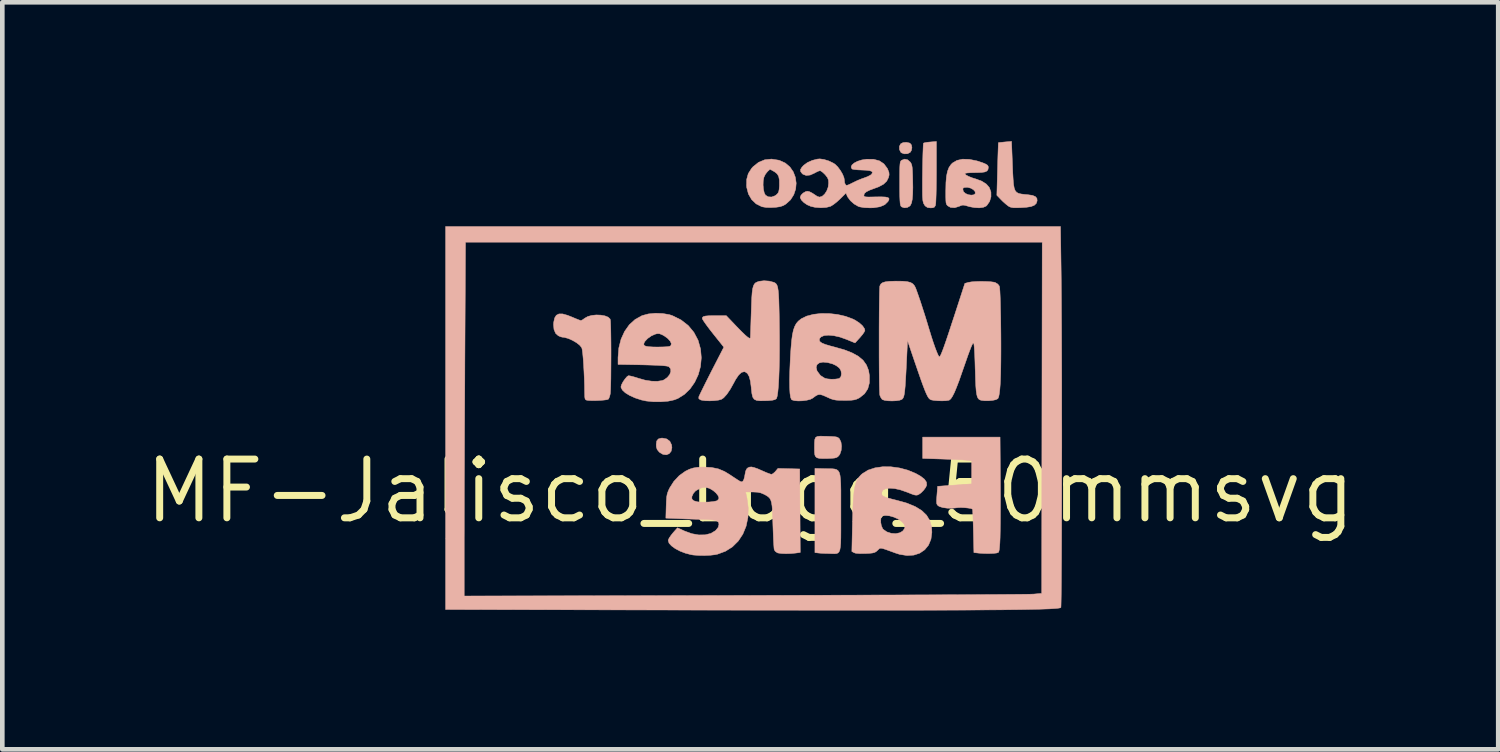
<source format=kicad_pcb>
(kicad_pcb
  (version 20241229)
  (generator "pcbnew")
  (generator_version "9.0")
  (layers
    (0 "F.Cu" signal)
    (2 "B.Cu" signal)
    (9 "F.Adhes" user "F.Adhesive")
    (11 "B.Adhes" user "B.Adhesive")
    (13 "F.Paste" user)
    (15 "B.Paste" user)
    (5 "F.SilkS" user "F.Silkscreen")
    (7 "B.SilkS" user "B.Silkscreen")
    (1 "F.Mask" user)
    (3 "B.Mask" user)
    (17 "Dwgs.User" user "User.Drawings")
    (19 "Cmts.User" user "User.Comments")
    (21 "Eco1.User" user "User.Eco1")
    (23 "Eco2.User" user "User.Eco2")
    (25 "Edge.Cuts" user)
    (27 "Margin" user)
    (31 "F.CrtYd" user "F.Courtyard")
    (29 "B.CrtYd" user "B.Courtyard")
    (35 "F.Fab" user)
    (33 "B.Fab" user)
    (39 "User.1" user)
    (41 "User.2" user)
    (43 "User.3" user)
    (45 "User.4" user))
  (footprint "MF-Jalisco_Logo_50mmsvg"
    (layer "F.Cu")
    (at 13.161 7.559)
    (property "Reference" "MF-Jalisco_Logo_50mmsvg" (at 0 0 0) (layer "F.SilkS") (effects (font (size 1.27 1.27) (thickness 0.15))))
    (attr through_hole)
    (fp_poly (pts (xy 3.44 -7.519) (xy 3.452 -7.513) (xy 3.483 -7.476) (xy 3.493 -7.418) (xy 3.481 -7.358) (xy 3.454 -7.316) (xy 3.396 -7.287) (xy 3.327 -7.285) (xy 3.267 -7.307) (xy 3.252 -7.32) (xy 3.223 -7.379) (xy 3.222 -7.446) (xy 3.25 -7.501) (xy 3.251 -7.502) (xy 3.302 -7.528) (xy 3.372 -7.534) (xy 3.44 -7.519)) (stroke (width 0.01) (type solid)) (fill yes) (layer "B.SilkS"))
    (fp_poly (pts (xy -1.805 -1.125) (xy -1.738 -1.075) (xy -1.7 -0.996) (xy -1.693 -0.935) (xy -1.71 -0.858) (xy -1.753 -0.806) (xy -1.814 -0.782) (xy -1.885 -0.791) (xy -1.957 -0.833) (xy -1.97 -0.845) (xy -2.012 -0.897) (xy -2.029 -0.953) (xy -2.032 -1.003) (xy -2.022 -1.08) (xy -1.987 -1.124) (xy -1.924 -1.142) (xy -1.897 -1.143) (xy -1.805 -1.125)) (stroke (width 0.01) (type solid)) (fill yes) (layer "B.SilkS"))
    (fp_poly (pts (xy 1.605 -1.183) (xy 1.653 -1.182) (xy 1.757 -1.178) (xy 1.827 -1.173) (xy 1.872 -1.165) (xy 1.901 -1.151) (xy 1.923 -1.131) (xy 1.928 -1.125) (xy 1.96 -1.057) (xy 1.972 -0.969) (xy 1.964 -0.877) (xy 1.937 -0.797) (xy 1.917 -0.768) (xy 1.891 -0.74) (xy 1.862 -0.723) (xy 1.821 -0.712) (xy 1.758 -0.706) (xy 1.669 -0.702) (xy 1.565 -0.701) (xy 1.494 -0.705) (xy 1.449 -0.716) (xy 1.429 -0.727) (xy 1.408 -0.749) (xy 1.395 -0.78) (xy 1.389 -0.832) (xy 1.387 -0.915) (xy 1.387 -0.935) (xy 1.388 -1.041) (xy 1.394 -1.112) (xy 1.411 -1.156) (xy 1.448 -1.178) (xy 1.51 -1.185) (xy 1.605 -1.183)) (stroke (width 0.01) (type solid)) (fill yes) (layer "B.SilkS"))
    (fp_poly (pts (xy 1.633 -0.482) (xy 1.71 -0.481) (xy 1.775 -0.48) (xy 1.827 -0.474) (xy 1.868 -0.461) (xy 1.899 -0.437) (xy 1.923 -0.398) (xy 1.939 -0.34) (xy 1.949 -0.26) (xy 1.955 -0.154) (xy 1.958 -0.018) (xy 1.958 0.151) (xy 1.958 0.357) (xy 1.958 0.469) (xy 1.958 0.687) (xy 1.958 0.866) (xy 1.957 1.01) (xy 1.954 1.123) (xy 1.947 1.208) (xy 1.936 1.27) (xy 1.919 1.312) (xy 1.896 1.338) (xy 1.866 1.351) (xy 1.826 1.355) (xy 1.777 1.354) (xy 1.717 1.352) (xy 1.705 1.351) (xy 1.614 1.349) (xy 1.531 1.345) (xy 1.472 1.34) (xy 1.466 1.339) (xy 1.397 1.331) (xy 1.397 -0.488) (xy 1.633 -0.482)) (stroke (width 0.01) (type solid)) (fill yes) (layer "B.SilkS"))
    (fp_poly (pts (xy 3.401 -7.156) (xy 3.458 -7.106) (xy 3.476 -7.077) (xy 3.489 -7.043) (xy 3.498 -6.995) (xy 3.504 -6.925) (xy 3.508 -6.826) (xy 3.51 -6.74) (xy 3.513 -6.559) (xy 3.51 -6.417) (xy 3.501 -6.308) (xy 3.486 -6.23) (xy 3.463 -6.177) (xy 3.448 -6.158) (xy 3.393 -6.126) (xy 3.329 -6.119) (xy 3.273 -6.138) (xy 3.257 -6.152) (xy 3.247 -6.174) (xy 3.239 -6.213) (xy 3.234 -6.277) (xy 3.23 -6.368) (xy 3.228 -6.492) (xy 3.228 -6.651) (xy 3.228 -6.803) (xy 3.229 -6.919) (xy 3.231 -7.003) (xy 3.235 -7.061) (xy 3.241 -7.1) (xy 3.249 -7.124) (xy 3.261 -7.139) (xy 3.27 -7.146) (xy 3.335 -7.171) (xy 3.401 -7.156)) (stroke (width 0.01) (type solid)) (fill yes) (layer "B.SilkS"))
    (fp_poly (pts (xy 4.022 -6.889) (xy 4.021 -6.713) (xy 4.019 -6.554) (xy 4.016 -6.415) (xy 4.012 -6.303) (xy 4.008 -6.222) (xy 4.002 -6.177) (xy 4.001 -6.171) (xy 3.98 -6.135) (xy 3.944 -6.12) (xy 3.897 -6.117) (xy 3.83 -6.125) (xy 3.784 -6.156) (xy 3.769 -6.173) (xy 3.745 -6.214) (xy 3.73 -6.269) (xy 3.723 -6.348) (xy 3.721 -6.39) (xy 3.72 -6.488) (xy 3.72 -6.607) (xy 3.72 -6.74) (xy 3.722 -6.88) (xy 3.724 -7.02) (xy 3.727 -7.155) (xy 3.73 -7.278) (xy 3.734 -7.381) (xy 3.737 -7.46) (xy 3.741 -7.507) (xy 3.744 -7.517) (xy 3.77 -7.525) (xy 3.826 -7.535) (xy 3.889 -7.541) (xy 4.022 -7.552) (xy 4.022 -6.889)) (stroke (width 0.01) (type solid)) (fill yes) (layer "B.SilkS"))
    (fp_poly (pts (xy 5.665 -7.05) (xy 5.672 -6.872) (xy 5.68 -6.732) (xy 5.689 -6.625) (xy 5.703 -6.546) (xy 5.724 -6.49) (xy 5.755 -6.453) (xy 5.798 -6.43) (xy 5.855 -6.417) (xy 5.929 -6.408) (xy 5.996 -6.402) (xy 6.098 -6.387) (xy 6.162 -6.36) (xy 6.194 -6.32) (xy 6.198 -6.27) (xy 6.18 -6.215) (xy 6.137 -6.174) (xy 6.066 -6.146) (xy 5.962 -6.13) (xy 5.859 -6.123) (xy 5.756 -6.12) (xy 5.686 -6.121) (xy 5.637 -6.129) (xy 5.6 -6.142) (xy 5.577 -6.156) (xy 5.528 -6.194) (xy 5.465 -6.249) (xy 5.421 -6.293) (xy 5.328 -6.39) (xy 5.343 -6.957) (xy 5.347 -7.107) (xy 5.351 -7.243) (xy 5.355 -7.358) (xy 5.358 -7.447) (xy 5.36 -7.505) (xy 5.362 -7.527) (xy 5.362 -7.527) (xy 5.383 -7.53) (xy 5.435 -7.535) (xy 5.505 -7.542) (xy 5.645 -7.554) (xy 5.665 -7.05)) (stroke (width 0.01) (type solid)) (fill yes) (layer "B.SilkS"))
    (fp_poly (pts (xy 0.618 -7.147) (xy 0.631 -7.143) (xy 0.757 -7.086) (xy 0.856 -7.002) (xy 0.929 -6.897) (xy 0.974 -6.779) (xy 0.992 -6.652) (xy 0.981 -6.525) (xy 0.94 -6.403) (xy 0.871 -6.293) (xy 0.771 -6.202) (xy 0.713 -6.167) (xy 0.645 -6.144) (xy 0.551 -6.13) (xy 0.445 -6.124) (xy 0.343 -6.127) (xy 0.259 -6.141) (xy 0.248 -6.144) (xy 0.126 -6.205) (xy 0.029 -6.298) (xy -0.04 -6.418) (xy -0.077 -6.561) (xy -0.079 -6.586) (xy -0.079 -6.611) (xy 0.277 -6.611) (xy 0.285 -6.52) (xy 0.302 -6.442) (xy 0.327 -6.394) (xy 0.386 -6.357) (xy 0.46 -6.352) (xy 0.535 -6.379) (xy 0.565 -6.401) (xy 0.596 -6.432) (xy 0.614 -6.466) (xy 0.624 -6.517) (xy 0.63 -6.596) (xy 0.63 -6.607) (xy 0.629 -6.718) (xy 0.614 -6.797) (xy 0.58 -6.854) (xy 0.523 -6.899) (xy 0.503 -6.91) (xy 0.426 -6.952) (xy 0.372 -6.902) (xy 0.327 -6.845) (xy 0.295 -6.779) (xy 0.295 -6.779) (xy 0.28 -6.702) (xy 0.277 -6.611) (xy -0.079 -6.611) (xy -0.078 -6.732) (xy -0.043 -6.858) (xy 0.028 -6.97) (xy 0.062 -7.008) (xy 0.18 -7.102) (xy 0.314 -7.157) (xy 0.46 -7.172) (xy 0.618 -7.147)) (stroke (width 0.01) (type solid)) (fill yes) (layer "B.SilkS"))
    (fp_poly (pts (xy 5.403 -0.397) (xy 5.405 -0.069) (xy 5.406 0.219) (xy 5.405 0.468) (xy 5.404 0.681) (xy 5.401 0.86) (xy 5.398 1.007) (xy 5.393 1.124) (xy 5.386 1.212) (xy 5.379 1.275) (xy 5.369 1.313) (xy 5.36 1.328) (xy 5.322 1.34) (xy 5.252 1.348) (xy 5.159 1.351) (xy 5.053 1.35) (xy 4.943 1.343) (xy 4.908 1.339) (xy 4.832 1.331) (xy 4.821 0.866) (xy 4.817 0.73) (xy 4.814 0.609) (xy 4.81 0.509) (xy 4.806 0.436) (xy 4.803 0.397) (xy 4.801 0.392) (xy 4.768 0.378) (xy 4.706 0.368) (xy 4.628 0.36) (xy 4.547 0.357) (xy 4.476 0.36) (xy 4.449 0.364) (xy 4.357 0.373) (xy 4.257 0.371) (xy 4.163 0.358) (xy 4.09 0.336) (xy 4.062 0.32) (xy 4.041 0.3) (xy 4.029 0.275) (xy 4.025 0.235) (xy 4.027 0.17) (xy 4.033 0.092) (xy 4.048 -0.101) (xy 4.22 -0.114) (xy 4.327 -0.122) (xy 4.451 -0.13) (xy 4.57 -0.139) (xy 4.588 -0.14) (xy 4.784 -0.154) (xy 4.784 -0.651) (xy 4.694 -0.663) (xy 4.645 -0.668) (xy 4.562 -0.673) (xy 4.453 -0.679) (xy 4.326 -0.684) (xy 4.189 -0.689) (xy 4.165 -0.69) (xy 3.725 -0.704) (xy 3.725 -1.164) (xy 5.397 -1.164) (xy 5.403 -0.397)) (stroke (width 0.01) (type solid)) (fill yes) (layer "B.SilkS"))
    (fp_poly (pts (xy -4.054 -3.826) (xy -3.947 -3.796) (xy -3.849 -3.757) (xy -3.771 -3.724) (xy -3.706 -3.698) (xy -3.666 -3.684) (xy -3.659 -3.683) (xy -3.629 -3.696) (xy -3.584 -3.727) (xy -3.575 -3.734) (xy -3.509 -3.771) (xy -3.423 -3.794) (xy -3.326 -3.804) (xy -3.229 -3.8) (xy -3.14 -3.784) (xy -3.07 -3.756) (xy -3.029 -3.716) (xy -3.025 -3.704) (xy -3.02 -3.667) (xy -3.017 -3.595) (xy -3.014 -3.491) (xy -3.012 -3.364) (xy -3.01 -3.219) (xy -3.009 -3.061) (xy -3.009 -2.898) (xy -3.01 -2.734) (xy -3.011 -2.577) (xy -3.012 -2.432) (xy -3.015 -2.305) (xy -3.018 -2.203) (xy -3.022 -2.131) (xy -3.025 -2.099) (xy -3.041 -2.037) (xy -3.06 -1.992) (xy -3.067 -1.984) (xy -3.097 -1.973) (xy -3.158 -1.965) (xy -3.239 -1.958) (xy -3.328 -1.954) (xy -3.415 -1.953) (xy -3.488 -1.956) (xy -3.53 -1.961) (xy -3.554 -1.97) (xy -3.569 -1.99) (xy -3.576 -2.03) (xy -3.578 -2.101) (xy -3.579 -2.123) (xy -3.581 -2.276) (xy -3.586 -2.432) (xy -3.593 -2.586) (xy -3.601 -2.731) (xy -3.61 -2.861) (xy -3.62 -2.969) (xy -3.63 -3.048) (xy -3.64 -3.092) (xy -3.641 -3.095) (xy -3.683 -3.148) (xy -3.755 -3.205) (xy -3.843 -3.256) (xy -3.936 -3.297) (xy -4.022 -3.32) (xy -4.055 -3.323) (xy -4.096 -3.332) (xy -4.148 -3.355) (xy -4.206 -3.407) (xy -4.241 -3.491) (xy -4.251 -3.598) (xy -4.247 -3.646) (xy -4.227 -3.738) (xy -4.191 -3.797) (xy -4.134 -3.826) (xy -4.054 -3.826)) (stroke (width 0.01) (type solid)) (fill yes) (layer "B.SilkS"))
    (fp_poly (pts (xy 4.732 -7.166) (xy 4.896 -7.133) (xy 5.022 -7.092) (xy 5.091 -7.062) (xy 5.128 -7.038) (xy 5.142 -7.01) (xy 5.144 -6.996) (xy 5.137 -6.948) (xy 5.115 -6.915) (xy 5.069 -6.894) (xy 4.995 -6.883) (xy 4.887 -6.879) (xy 4.856 -6.879) (xy 4.759 -6.877) (xy 4.685 -6.872) (xy 4.643 -6.864) (xy 4.636 -6.859) (xy 4.655 -6.832) (xy 4.711 -6.8) (xy 4.797 -6.766) (xy 4.869 -6.744) (xy 5.003 -6.694) (xy 5.1 -6.632) (xy 5.165 -6.557) (xy 5.2 -6.461) (xy 5.201 -6.356) (xy 5.171 -6.255) (xy 5.112 -6.171) (xy 5.094 -6.155) (xy 5.034 -6.129) (xy 4.947 -6.118) (xy 4.843 -6.124) (xy 4.735 -6.144) (xy 4.706 -6.153) (xy 4.639 -6.172) (xy 4.594 -6.178) (xy 4.555 -6.169) (xy 4.518 -6.153) (xy 4.417 -6.121) (xy 4.329 -6.127) (xy 4.273 -6.158) (xy 4.253 -6.176) (xy 4.239 -6.197) (xy 4.23 -6.229) (xy 4.226 -6.279) (xy 4.224 -6.355) (xy 4.224 -6.464) (xy 4.224 -6.491) (xy 4.225 -6.525) (xy 4.593 -6.525) (xy 4.602 -6.479) (xy 4.609 -6.465) (xy 4.652 -6.427) (xy 4.712 -6.402) (xy 4.776 -6.393) (xy 4.83 -6.4) (xy 4.861 -6.426) (xy 4.862 -6.427) (xy 4.858 -6.469) (xy 4.822 -6.51) (xy 4.766 -6.543) (xy 4.698 -6.561) (xy 4.677 -6.562) (xy 4.621 -6.557) (xy 4.597 -6.542) (xy 4.593 -6.525) (xy 4.225 -6.525) (xy 4.228 -6.664) (xy 4.24 -6.801) (xy 4.262 -6.908) (xy 4.294 -6.991) (xy 4.339 -7.056) (xy 4.37 -7.087) (xy 4.465 -7.143) (xy 4.587 -7.17) (xy 4.732 -7.166)) (stroke (width 0.01) (type solid)) (fill yes) (layer "B.SilkS"))
    (fp_poly (pts (xy -1.893 -3.835) (xy -1.747 -3.81) (xy -1.683 -3.789) (xy -1.497 -3.697) (xy -1.341 -3.576) (xy -1.218 -3.428) (xy -1.128 -3.258) (xy -1.074 -3.067) (xy -1.058 -2.879) (xy -1.075 -2.691) (xy -1.124 -2.513) (xy -1.201 -2.349) (xy -1.302 -2.205) (xy -1.424 -2.087) (xy -1.563 -2) (xy -1.643 -1.969) (xy -1.775 -1.941) (xy -1.931 -1.928) (xy -2.095 -1.929) (xy -2.251 -1.945) (xy -2.349 -1.966) (xy -2.487 -2.011) (xy -2.605 -2.064) (xy -2.7 -2.122) (xy -2.764 -2.182) (xy -2.793 -2.239) (xy -2.794 -2.252) (xy -2.781 -2.298) (xy -2.749 -2.359) (xy -2.706 -2.421) (xy -2.664 -2.47) (xy -2.636 -2.49) (xy -2.604 -2.488) (xy -2.543 -2.474) (xy -2.464 -2.451) (xy -2.418 -2.436) (xy -2.273 -2.395) (xy -2.133 -2.373) (xy -2.007 -2.37) (xy -1.904 -2.386) (xy -1.863 -2.402) (xy -1.792 -2.453) (xy -1.742 -2.514) (xy -1.717 -2.579) (xy -1.72 -2.637) (xy -1.753 -2.681) (xy -1.773 -2.692) (xy -1.815 -2.701) (xy -1.895 -2.709) (xy -2.011 -2.716) (xy -2.158 -2.721) (xy -2.333 -2.726) (xy -2.344 -2.726) (xy -2.857 -2.735) (xy -2.857 -2.886) (xy -2.84 -3.091) (xy -2.819 -3.175) (xy -2.302 -3.175) (xy -2.294 -3.148) (xy -2.26 -3.129) (xy -2.196 -3.118) (xy -2.097 -3.112) (xy -2 -3.111) (xy -1.883 -3.113) (xy -1.802 -3.117) (xy -1.75 -3.124) (xy -1.721 -3.136) (xy -1.716 -3.142) (xy -1.705 -3.184) (xy -1.729 -3.237) (xy -1.781 -3.295) (xy -1.858 -3.351) (xy -1.903 -3.376) (xy -1.962 -3.399) (xy -2.015 -3.399) (xy -2.056 -3.388) (xy -2.139 -3.351) (xy -2.218 -3.295) (xy -2.277 -3.232) (xy -2.288 -3.214) (xy -2.302 -3.175) (xy -2.819 -3.175) (xy -2.792 -3.28) (xy -2.715 -3.449) (xy -2.613 -3.593) (xy -2.486 -3.708) (xy -2.339 -3.789) (xy -2.333 -3.791) (xy -2.202 -3.826) (xy -2.049 -3.841) (xy -1.893 -3.835)) (stroke (width 0.01) (type solid)) (fill yes) (layer "B.SilkS"))
    (fp_poly (pts (xy 0.41 -4.535) (xy 0.512 -4.508) (xy 0.52 -4.504) (xy 0.544 -4.49) (xy 0.564 -4.47) (xy 0.58 -4.44) (xy 0.593 -4.396) (xy 0.603 -4.334) (xy 0.611 -4.249) (xy 0.617 -4.138) (xy 0.621 -3.997) (xy 0.625 -3.822) (xy 0.628 -3.609) (xy 0.631 -3.33) (xy 0.631 -3.069) (xy 0.629 -2.83) (xy 0.624 -2.615) (xy 0.617 -2.427) (xy 0.608 -2.268) (xy 0.596 -2.143) (xy 0.583 -2.053) (xy 0.568 -2.001) (xy 0.562 -1.993) (xy 0.531 -1.974) (xy 0.476 -1.961) (xy 0.391 -1.953) (xy 0.332 -1.951) (xy 0.217 -1.949) (xy 0.138 -1.957) (xy 0.085 -1.982) (xy 0.053 -2.029) (xy 0.035 -2.106) (xy 0.022 -2.219) (xy 0.022 -2.228) (xy 0.004 -2.37) (xy -0.023 -2.472) (xy -0.06 -2.539) (xy -0.109 -2.573) (xy -0.13 -2.578) (xy -0.188 -2.564) (xy -0.25 -2.507) (xy -0.316 -2.41) (xy -0.353 -2.341) (xy -0.431 -2.201) (xy -0.506 -2.09) (xy -0.575 -2.014) (xy -0.623 -1.981) (xy -0.685 -1.964) (xy -0.773 -1.953) (xy -0.874 -1.948) (xy -0.971 -1.951) (xy -1.049 -1.962) (xy -1.076 -1.97) (xy -1.111 -1.994) (xy -1.112 -2.032) (xy -1.111 -2.037) (xy -1.097 -2.068) (xy -1.067 -2.131) (xy -1.023 -2.221) (xy -0.968 -2.332) (xy -0.904 -2.459) (xy -0.834 -2.597) (xy -0.571 -3.108) (xy -0.804 -3.4) (xy -0.88 -3.497) (xy -0.945 -3.584) (xy -0.996 -3.656) (xy -1.028 -3.706) (xy -1.037 -3.727) (xy -1.032 -3.752) (xy -1.012 -3.769) (xy -0.97 -3.78) (xy -0.902 -3.786) (xy -0.8 -3.789) (xy -0.744 -3.789) (xy -0.519 -3.789) (xy -0.286 -3.545) (xy -0.183 -3.44) (xy -0.105 -3.365) (xy -0.05 -3.319) (xy -0.015 -3.3) (xy 0.002 -3.306) (xy 0.002 -3.307) (xy 0.003 -3.329) (xy 0.005 -3.387) (xy 0.008 -3.476) (xy 0.012 -3.591) (xy 0.016 -3.724) (xy 0.02 -3.842) (xy 0.026 -4.025) (xy 0.032 -4.17) (xy 0.04 -4.283) (xy 0.051 -4.367) (xy 0.067 -4.428) (xy 0.087 -4.47) (xy 0.114 -4.498) (xy 0.149 -4.516) (xy 0.192 -4.53) (xy 0.194 -4.531) (xy 0.297 -4.543) (xy 0.41 -4.535)) (stroke (width 0.01) (type solid)) (fill yes) (layer "B.SilkS"))
    (fp_poly (pts (xy 3.039 -0.523) (xy 3.223 -0.498) (xy 3.404 -0.45) (xy 3.577 -0.378) (xy 3.681 -0.319) (xy 3.764 -0.254) (xy 3.807 -0.19) (xy 3.812 -0.127) (xy 3.789 -0.076) (xy 3.744 -0.015) (xy 3.688 0.041) (xy 3.642 0.073) (xy 3.611 0.087) (xy 3.581 0.09) (xy 3.54 0.083) (xy 3.48 0.062) (xy 3.396 0.028) (xy 3.253 -0.022) (xy 3.124 -0.052) (xy 3.014 -0.061) (xy 2.926 -0.05) (xy 2.866 -0.019) (xy 2.838 0.031) (xy 2.836 0.05) (xy 2.842 0.079) (xy 2.861 0.104) (xy 2.901 0.126) (xy 2.967 0.15) (xy 3.064 0.176) (xy 3.165 0.201) (xy 3.384 0.262) (xy 3.563 0.336) (xy 3.704 0.422) (xy 3.809 0.523) (xy 3.879 0.639) (xy 3.917 0.773) (xy 3.924 0.892) (xy 3.904 1.043) (xy 3.851 1.17) (xy 3.769 1.27) (xy 3.662 1.343) (xy 3.534 1.385) (xy 3.388 1.394) (xy 3.228 1.369) (xy 3.143 1.342) (xy 3.022 1.298) (xy 2.934 1.266) (xy 2.873 1.246) (xy 2.833 1.237) (xy 2.806 1.237) (xy 2.787 1.246) (xy 2.769 1.263) (xy 2.75 1.282) (xy 2.717 1.311) (xy 2.683 1.329) (xy 2.637 1.34) (xy 2.568 1.347) (xy 2.49 1.351) (xy 2.364 1.352) (xy 2.279 1.345) (xy 2.243 1.333) (xy 2.195 1.307) (xy 2.208 0.701) (xy 2.209 0.662) (xy 2.817 0.662) (xy 2.831 0.745) (xy 2.86 0.813) (xy 2.875 0.831) (xy 2.952 0.884) (xy 3.046 0.914) (xy 3.144 0.921) (xy 3.233 0.902) (xy 3.293 0.866) (xy 3.329 0.819) (xy 3.344 0.773) (xy 3.344 0.773) (xy 3.325 0.717) (xy 3.273 0.66) (xy 3.197 0.607) (xy 3.106 0.565) (xy 3.01 0.537) (xy 2.937 0.53) (xy 2.875 0.532) (xy 2.843 0.543) (xy 2.827 0.57) (xy 2.824 0.583) (xy 2.817 0.662) (xy 2.209 0.662) (xy 2.214 0.474) (xy 2.221 0.285) (xy 2.231 0.13) (xy 2.244 0.003) (xy 2.262 -0.099) (xy 2.284 -0.18) (xy 2.313 -0.246) (xy 2.349 -0.3) (xy 2.392 -0.348) (xy 2.427 -0.378) (xy 2.547 -0.452) (xy 2.694 -0.5) (xy 2.86 -0.524) (xy 3.039 -0.523)) (stroke (width 0.01) (type solid)) (fill yes) (layer "B.SilkS"))
    (fp_poly (pts (xy 1.707 -3.834) (xy 1.886 -3.814) (xy 2.059 -3.774) (xy 2.216 -3.716) (xy 2.268 -3.69) (xy 2.356 -3.632) (xy 2.425 -3.57) (xy 2.467 -3.509) (xy 2.477 -3.471) (xy 2.463 -3.437) (xy 2.427 -3.384) (xy 2.376 -3.323) (xy 2.37 -3.316) (xy 2.264 -3.2) (xy 2.079 -3.276) (xy 1.939 -3.326) (xy 1.807 -3.356) (xy 1.691 -3.367) (xy 1.597 -3.359) (xy 1.529 -3.33) (xy 1.501 -3.299) (xy 1.491 -3.262) (xy 1.505 -3.228) (xy 1.548 -3.197) (xy 1.623 -3.166) (xy 1.734 -3.133) (xy 1.818 -3.111) (xy 2.029 -3.052) (xy 2.2 -2.985) (xy 2.336 -2.91) (xy 2.438 -2.824) (xy 2.51 -2.723) (xy 2.556 -2.606) (xy 2.575 -2.491) (xy 2.574 -2.337) (xy 2.539 -2.207) (xy 2.469 -2.101) (xy 2.365 -2.018) (xy 2.342 -2.005) (xy 2.294 -1.983) (xy 2.244 -1.969) (xy 2.179 -1.961) (xy 2.089 -1.958) (xy 2.032 -1.958) (xy 1.929 -1.959) (xy 1.854 -1.964) (xy 1.795 -1.975) (xy 1.736 -1.994) (xy 1.666 -2.026) (xy 1.656 -2.03) (xy 1.571 -2.068) (xy 1.51 -2.085) (xy 1.461 -2.08) (xy 1.41 -2.053) (xy 1.349 -2.007) (xy 1.296 -1.98) (xy 1.218 -1.961) (xy 1.128 -1.949) (xy 1.038 -1.946) (xy 0.959 -1.952) (xy 0.904 -1.968) (xy 0.889 -1.979) (xy 0.871 -2.025) (xy 0.858 -2.112) (xy 0.851 -2.237) (xy 0.849 -2.4) (xy 0.854 -2.598) (xy 0.857 -2.673) (xy 1.424 -2.673) (xy 1.441 -2.6) (xy 1.446 -2.59) (xy 1.516 -2.496) (xy 1.609 -2.437) (xy 1.67 -2.422) (xy 1.75 -2.415) (xy 1.833 -2.417) (xy 1.901 -2.426) (xy 1.928 -2.435) (xy 1.96 -2.474) (xy 1.97 -2.533) (xy 1.96 -2.598) (xy 1.928 -2.653) (xy 1.921 -2.661) (xy 1.856 -2.71) (xy 1.783 -2.745) (xy 1.685 -2.772) (xy 1.672 -2.775) (xy 1.571 -2.785) (xy 1.493 -2.769) (xy 1.442 -2.731) (xy 1.424 -2.673) (xy 0.857 -2.673) (xy 0.864 -2.83) (xy 0.866 -2.879) (xy 0.879 -3.079) (xy 0.893 -3.242) (xy 0.91 -3.372) (xy 0.932 -3.475) (xy 0.96 -3.555) (xy 0.994 -3.619) (xy 1.038 -3.67) (xy 1.091 -3.713) (xy 1.101 -3.721) (xy 1.219 -3.779) (xy 1.365 -3.817) (xy 1.531 -3.836) (xy 1.707 -3.834)) (stroke (width 0.01) (type solid)) (fill yes) (layer "B.SilkS"))
    (fp_poly (pts (xy 6.717 -4.727) (xy 6.719 -4.554) (xy 6.721 -4.352) (xy 6.723 -4.124) (xy 6.724 -3.872) (xy 6.726 -3.599) (xy 6.727 -3.307) (xy 6.728 -3) (xy 6.729 -2.679) (xy 6.73 -2.348) (xy 6.73 -2.008) (xy 6.73 -1.664) (xy 6.731 -1.316) (xy 6.731 -0.968) (xy 6.73 -0.622) (xy 6.73 -0.282) (xy 6.73 0.051) (xy 6.729 0.374) (xy 6.728 0.685) (xy 6.727 0.979) (xy 6.726 1.256) (xy 6.725 1.513) (xy 6.723 1.746) (xy 6.722 1.953) (xy 6.72 2.132) (xy 6.718 2.281) (xy 6.716 2.395) (xy 6.714 2.474) (xy 6.712 2.513) (xy 6.711 2.518) (xy 6.702 2.523) (xy 6.681 2.528) (xy 6.648 2.533) (xy 6.601 2.538) (xy 6.54 2.542) (xy 6.463 2.547) (xy 6.369 2.55) (xy 6.258 2.554) (xy 6.129 2.557) (xy 5.979 2.56) (xy 5.81 2.563) (xy 5.618 2.565) (xy 5.405 2.568) (xy 5.167 2.569) (xy 4.905 2.571) (xy 4.618 2.573) (xy 4.304 2.574) (xy 3.963 2.575) (xy 3.593 2.576) (xy 3.193 2.576) (xy 2.763 2.576) (xy 2.302 2.576) (xy 1.808 2.576) (xy 1.28 2.576) (xy 0.718 2.575) (xy 0.121 2.575) (xy -0.513 2.574) (xy -1.184 2.573) (xy -1.894 2.571) (xy -2.643 2.57) (xy -3.433 2.568) (xy -4.165 2.566) (xy -6.583 2.561) (xy -6.583 2.269) (xy -6.181 2.269) (xy -0.122 2.256) (xy 0.384 2.255) (xy 0.88 2.254) (xy 1.364 2.253) (xy 1.835 2.251) (xy 2.291 2.25) (xy 2.729 2.248) (xy 3.149 2.247) (xy 3.549 2.245) (xy 3.927 2.244) (xy 4.28 2.242) (xy 4.608 2.241) (xy 4.909 2.239) (xy 5.18 2.237) (xy 5.421 2.236) (xy 5.629 2.234) (xy 5.803 2.233) (xy 5.941 2.231) (xy 6.04 2.23) (xy 6.101 2.228) (xy 6.117 2.228) (xy 6.297 2.212) (xy 6.302 -1.582) (xy 6.308 -5.376) (xy -6.153 -5.376) (xy -6.167 -2.757) (xy -6.168 -2.399) (xy -6.17 -2.035) (xy -6.172 -1.668) (xy -6.174 -1.303) (xy -6.175 -0.944) (xy -6.176 -0.596) (xy -6.178 -0.263) (xy -6.179 0.051) (xy -6.179 0.341) (xy -6.18 0.603) (xy -6.18 0.832) (xy -6.181 1.024) (xy -6.181 1.066) (xy -6.181 2.269) (xy -6.583 2.269) (xy -6.583 -5.715) (xy 6.703 -5.715) (xy 6.717 -4.727)) (stroke (width 0.01) (type solid)) (fill yes) (layer "B.SilkS"))
    (fp_poly (pts (xy 1.594 -7.163) (xy 1.698 -7.131) (xy 1.793 -7.085) (xy 1.832 -7.06) (xy 1.89 -7.003) (xy 1.947 -6.926) (xy 1.995 -6.844) (xy 2.025 -6.768) (xy 2.032 -6.727) (xy 2.04 -6.655) (xy 2.063 -6.612) (xy 2.083 -6.604) (xy 2.115 -6.613) (xy 2.17 -6.638) (xy 2.224 -6.665) (xy 2.313 -6.708) (xy 2.412 -6.748) (xy 2.461 -6.765) (xy 2.533 -6.792) (xy 2.592 -6.822) (xy 2.618 -6.841) (xy 2.64 -6.877) (xy 2.63 -6.903) (xy 2.585 -6.921) (xy 2.502 -6.931) (xy 2.41 -6.935) (xy 2.323 -6.939) (xy 2.251 -6.946) (xy 2.206 -6.955) (xy 2.197 -6.96) (xy 2.179 -7) (xy 2.197 -7.044) (xy 2.245 -7.086) (xy 2.318 -7.124) (xy 2.41 -7.153) (xy 2.515 -7.169) (xy 2.666 -7.167) (xy 2.79 -7.134) (xy 2.887 -7.069) (xy 2.96 -6.972) (xy 2.973 -6.944) (xy 2.997 -6.881) (xy 3 -6.829) (xy 2.987 -6.774) (xy 2.948 -6.695) (xy 2.879 -6.629) (xy 2.775 -6.573) (xy 2.688 -6.541) (xy 2.58 -6.501) (xy 2.508 -6.465) (xy 2.468 -6.431) (xy 2.455 -6.393) (xy 2.455 -6.391) (xy 2.458 -6.373) (xy 2.469 -6.361) (xy 2.497 -6.355) (xy 2.548 -6.352) (xy 2.629 -6.353) (xy 2.708 -6.355) (xy 2.833 -6.356) (xy 2.92 -6.352) (xy 2.974 -6.341) (xy 2.997 -6.322) (xy 2.996 -6.293) (xy 2.975 -6.254) (xy 2.907 -6.187) (xy 2.803 -6.142) (xy 2.664 -6.12) (xy 2.587 -6.118) (xy 2.463 -6.123) (xy 2.367 -6.139) (xy 2.333 -6.15) (xy 2.244 -6.202) (xy 2.163 -6.274) (xy 2.104 -6.354) (xy 2.094 -6.375) (xy 2.068 -6.438) (xy 1.939 -6.31) (xy 1.869 -6.246) (xy 1.799 -6.191) (xy 1.741 -6.155) (xy 1.731 -6.15) (xy 1.639 -6.127) (xy 1.525 -6.12) (xy 1.404 -6.129) (xy 1.309 -6.15) (xy 1.228 -6.185) (xy 1.157 -6.234) (xy 1.104 -6.288) (xy 1.08 -6.339) (xy 1.079 -6.346) (xy 1.097 -6.392) (xy 1.141 -6.437) (xy 1.197 -6.469) (xy 1.236 -6.477) (xy 1.28 -6.467) (xy 1.342 -6.435) (xy 1.427 -6.379) (xy 1.444 -6.367) (xy 1.497 -6.35) (xy 1.554 -6.368) (xy 1.607 -6.415) (xy 1.652 -6.483) (xy 1.683 -6.567) (xy 1.693 -6.652) (xy 1.689 -6.718) (xy 1.669 -6.77) (xy 1.627 -6.825) (xy 1.617 -6.837) (xy 1.568 -6.884) (xy 1.524 -6.915) (xy 1.506 -6.921) (xy 1.468 -6.91) (xy 1.412 -6.883) (xy 1.386 -6.868) (xy 1.294 -6.827) (xy 1.208 -6.818) (xy 1.139 -6.844) (xy 1.122 -6.858) (xy 1.088 -6.903) (xy 1.085 -6.945) (xy 1.116 -6.996) (xy 1.153 -7.036) (xy 1.234 -7.096) (xy 1.339 -7.143) (xy 1.448 -7.171) (xy 1.503 -7.176) (xy 1.594 -7.163)) (stroke (width 0.01) (type solid)) (fill yes) (layer "B.SilkS"))
    (fp_poly (pts (xy 0.083 -0.507) (xy 0.163 -0.479) (xy 0.271 -0.431) (xy 0.273 -0.431) (xy 0.349 -0.397) (xy 0.414 -0.373) (xy 0.454 -0.36) (xy 0.459 -0.36) (xy 0.491 -0.375) (xy 0.533 -0.412) (xy 0.544 -0.424) (xy 0.598 -0.488) (xy 0.833 -0.482) (xy 1.069 -0.476) (xy 1.074 0.426) (xy 1.08 1.328) (xy 0.982 1.341) (xy 0.877 1.351) (xy 0.77 1.354) (xy 0.674 1.35) (xy 0.602 1.34) (xy 0.585 1.335) (xy 0.54 1.303) (xy 0.518 1.268) (xy 0.513 1.235) (xy 0.508 1.165) (xy 0.502 1.066) (xy 0.497 0.945) (xy 0.492 0.809) (xy 0.489 0.728) (xy 0.484 0.559) (xy 0.479 0.426) (xy 0.471 0.325) (xy 0.459 0.25) (xy 0.442 0.194) (xy 0.418 0.153) (xy 0.385 0.122) (xy 0.342 0.094) (xy 0.297 0.07) (xy 0.228 0.041) (xy 0.154 0.026) (xy 0.055 0.021) (xy 0.052 0.021) (xy -0.101 0.021) (xy -0.072 0.153) (xy -0.044 0.367) (xy -0.05 0.57) (xy -0.09 0.76) (xy -0.16 0.931) (xy -0.259 1.081) (xy -0.385 1.206) (xy -0.535 1.301) (xy -0.708 1.365) (xy -0.76 1.376) (xy -0.863 1.388) (xy -0.988 1.394) (xy -1.117 1.392) (xy -1.232 1.383) (xy -1.281 1.375) (xy -1.406 1.342) (xy -1.522 1.297) (xy -1.623 1.243) (xy -1.702 1.185) (xy -1.755 1.127) (xy -1.773 1.072) (xy -1.771 1.057) (xy -1.751 1.014) (xy -1.71 0.955) (xy -1.666 0.9) (xy -1.573 0.795) (xy -1.418 0.866) (xy -1.264 0.922) (xy -1.114 0.949) (xy -0.974 0.947) (xy -0.85 0.916) (xy -0.751 0.856) (xy -0.743 0.848) (xy -0.692 0.784) (xy -0.677 0.723) (xy -0.683 0.679) (xy -0.707 0.654) (xy -0.757 0.636) (xy -0.821 0.624) (xy -0.907 0.616) (xy -0.976 0.614) (xy -1.046 0.613) (xy -1.147 0.611) (xy -1.268 0.607) (xy -1.399 0.603) (xy -1.47 0.6) (xy -1.824 0.586) (xy -1.817 0.329) (xy -1.813 0.218) (xy -1.807 0.137) (xy -1.805 0.123) (xy -1.263 0.123) (xy -1.26 0.176) (xy -1.219 0.212) (xy -1.14 0.234) (xy -1.067 0.241) (xy -0.977 0.241) (xy -0.882 0.237) (xy -0.796 0.228) (xy -0.733 0.215) (xy -0.714 0.208) (xy -0.683 0.174) (xy -0.677 0.149) (xy -0.695 0.1) (xy -0.74 0.043) (xy -0.803 -0.011) (xy -0.872 -0.052) (xy -0.904 -0.064) (xy -0.967 -0.079) (xy -1.02 -0.076) (xy -1.086 -0.056) (xy -1.091 -0.054) (xy -1.181 -0.004) (xy -1.229 0.05) (xy -1.263 0.123) (xy -1.805 0.123) (xy -1.797 0.076) (xy -1.781 0.023) (xy -1.757 -0.034) (xy -1.74 -0.068) (xy -1.651 -0.208) (xy -1.535 -0.332) (xy -1.401 -0.428) (xy -1.318 -0.469) (xy -1.236 -0.496) (xy -1.151 -0.511) (xy -1.046 -0.517) (xy -1.005 -0.517) (xy -0.836 -0.508) (xy -0.69 -0.478) (xy -0.555 -0.421) (xy -0.446 -0.355) (xy -0.347 -0.289) (xy -0.277 -0.243) (xy -0.23 -0.214) (xy -0.2 -0.2) (xy -0.182 -0.198) (xy -0.169 -0.204) (xy -0.16 -0.211) (xy -0.14 -0.245) (xy -0.123 -0.305) (xy -0.115 -0.352) (xy -0.1 -0.43) (xy -0.077 -0.478) (xy -0.053 -0.5) (xy -0.017 -0.516) (xy 0.026 -0.52) (xy 0.083 -0.507)) (stroke (width 0.01) (type solid)) (fill yes) (layer "B.SilkS"))
    (fp_poly (pts (xy 3.29 -4.533) (xy 3.39 -4.524) (xy 3.462 -4.506) (xy 3.512 -4.477) (xy 3.549 -4.434) (xy 3.573 -4.386) (xy 3.598 -4.319) (xy 3.633 -4.22) (xy 3.676 -4.095) (xy 3.722 -3.953) (xy 3.771 -3.801) (xy 3.819 -3.646) (xy 3.864 -3.496) (xy 3.875 -3.461) (xy 3.915 -3.33) (xy 3.956 -3.205) (xy 3.995 -3.094) (xy 4.03 -3.003) (xy 4.059 -2.937) (xy 4.079 -2.903) (xy 4.084 -2.9) (xy 4.096 -2.907) (xy 4.112 -2.932) (xy 4.132 -2.977) (xy 4.159 -3.045) (xy 4.193 -3.138) (xy 4.236 -3.261) (xy 4.288 -3.416) (xy 4.35 -3.606) (xy 4.412 -3.793) (xy 4.637 -4.486) (xy 4.715 -4.508) (xy 4.781 -4.519) (xy 4.874 -4.526) (xy 4.982 -4.529) (xy 5.091 -4.527) (xy 5.189 -4.522) (xy 5.264 -4.512) (xy 5.29 -4.506) (xy 5.349 -4.47) (xy 5.382 -4.427) (xy 5.388 -4.391) (xy 5.394 -4.319) (xy 5.399 -4.214) (xy 5.404 -4.083) (xy 5.407 -3.929) (xy 5.411 -3.759) (xy 5.413 -3.577) (xy 5.415 -3.388) (xy 5.416 -3.198) (xy 5.416 -3.012) (xy 5.415 -2.834) (xy 5.413 -2.67) (xy 5.41 -2.525) (xy 5.406 -2.404) (xy 5.402 -2.321) (xy 5.392 -2.193) (xy 5.381 -2.102) (xy 5.369 -2.041) (xy 5.355 -2.005) (xy 5.347 -1.994) (xy 5.305 -1.973) (xy 5.235 -1.958) (xy 5.151 -1.95) (xy 5.066 -1.95) (xy 4.994 -1.959) (xy 4.97 -1.966) (xy 4.943 -1.98) (xy 4.922 -2.003) (xy 4.905 -2.038) (xy 4.892 -2.092) (xy 4.881 -2.167) (xy 4.873 -2.27) (xy 4.867 -2.403) (xy 4.862 -2.573) (xy 4.859 -2.654) (xy 4.855 -2.797) (xy 4.85 -2.928) (xy 4.844 -3.038) (xy 4.838 -3.123) (xy 4.832 -3.176) (xy 4.829 -3.191) (xy 4.821 -3.197) (xy 4.809 -3.188) (xy 4.794 -3.161) (xy 4.772 -3.112) (xy 4.743 -3.038) (xy 4.705 -2.936) (xy 4.658 -2.801) (xy 4.598 -2.63) (xy 4.578 -2.573) (xy 4.513 -2.386) (xy 4.456 -2.238) (xy 4.409 -2.125) (xy 4.367 -2.043) (xy 4.332 -1.991) (xy 4.3 -1.964) (xy 4.291 -1.961) (xy 4.229 -1.951) (xy 4.145 -1.948) (xy 4.054 -1.95) (xy 3.971 -1.957) (xy 3.909 -1.969) (xy 3.895 -1.975) (xy 3.874 -1.989) (xy 3.852 -2.013) (xy 3.829 -2.051) (xy 3.802 -2.107) (xy 3.77 -2.183) (xy 3.731 -2.285) (xy 3.684 -2.415) (xy 3.627 -2.579) (xy 3.56 -2.773) (xy 3.398 -3.249) (xy 3.374 -2.741) (xy 3.364 -2.546) (xy 3.355 -2.388) (xy 3.347 -2.264) (xy 3.338 -2.169) (xy 3.329 -2.099) (xy 3.318 -2.049) (xy 3.305 -2.015) (xy 3.29 -1.992) (xy 3.274 -1.979) (xy 3.226 -1.961) (xy 3.151 -1.95) (xy 3.064 -1.946) (xy 2.977 -1.949) (xy 2.903 -1.959) (xy 2.854 -1.976) (xy 2.848 -1.981) (xy 2.817 -2.027) (xy 2.799 -2.071) (xy 2.796 -2.104) (xy 2.793 -2.175) (xy 2.79 -2.278) (xy 2.788 -2.409) (xy 2.786 -2.563) (xy 2.785 -2.735) (xy 2.784 -2.92) (xy 2.784 -3.114) (xy 2.784 -3.31) (xy 2.784 -3.506) (xy 2.785 -3.694) (xy 2.786 -3.872) (xy 2.788 -4.034) (xy 2.79 -4.174) (xy 2.792 -4.289) (xy 2.795 -4.373) (xy 2.798 -4.422) (xy 2.8 -4.43) (xy 2.82 -4.471) (xy 2.856 -4.5) (xy 2.915 -4.519) (xy 3.003 -4.53) (xy 3.126 -4.534) (xy 3.155 -4.534) (xy 3.29 -4.533)) (stroke (width 0.01) (type solid)) (fill yes) (layer "B.SilkS")))
  (gr_rect
    (start -3 -3)
    (end 29.322 13.141)
    (stroke (width 0.1) (type default))
    (fill no)
    (layer "Edge.Cuts")))
</source>
